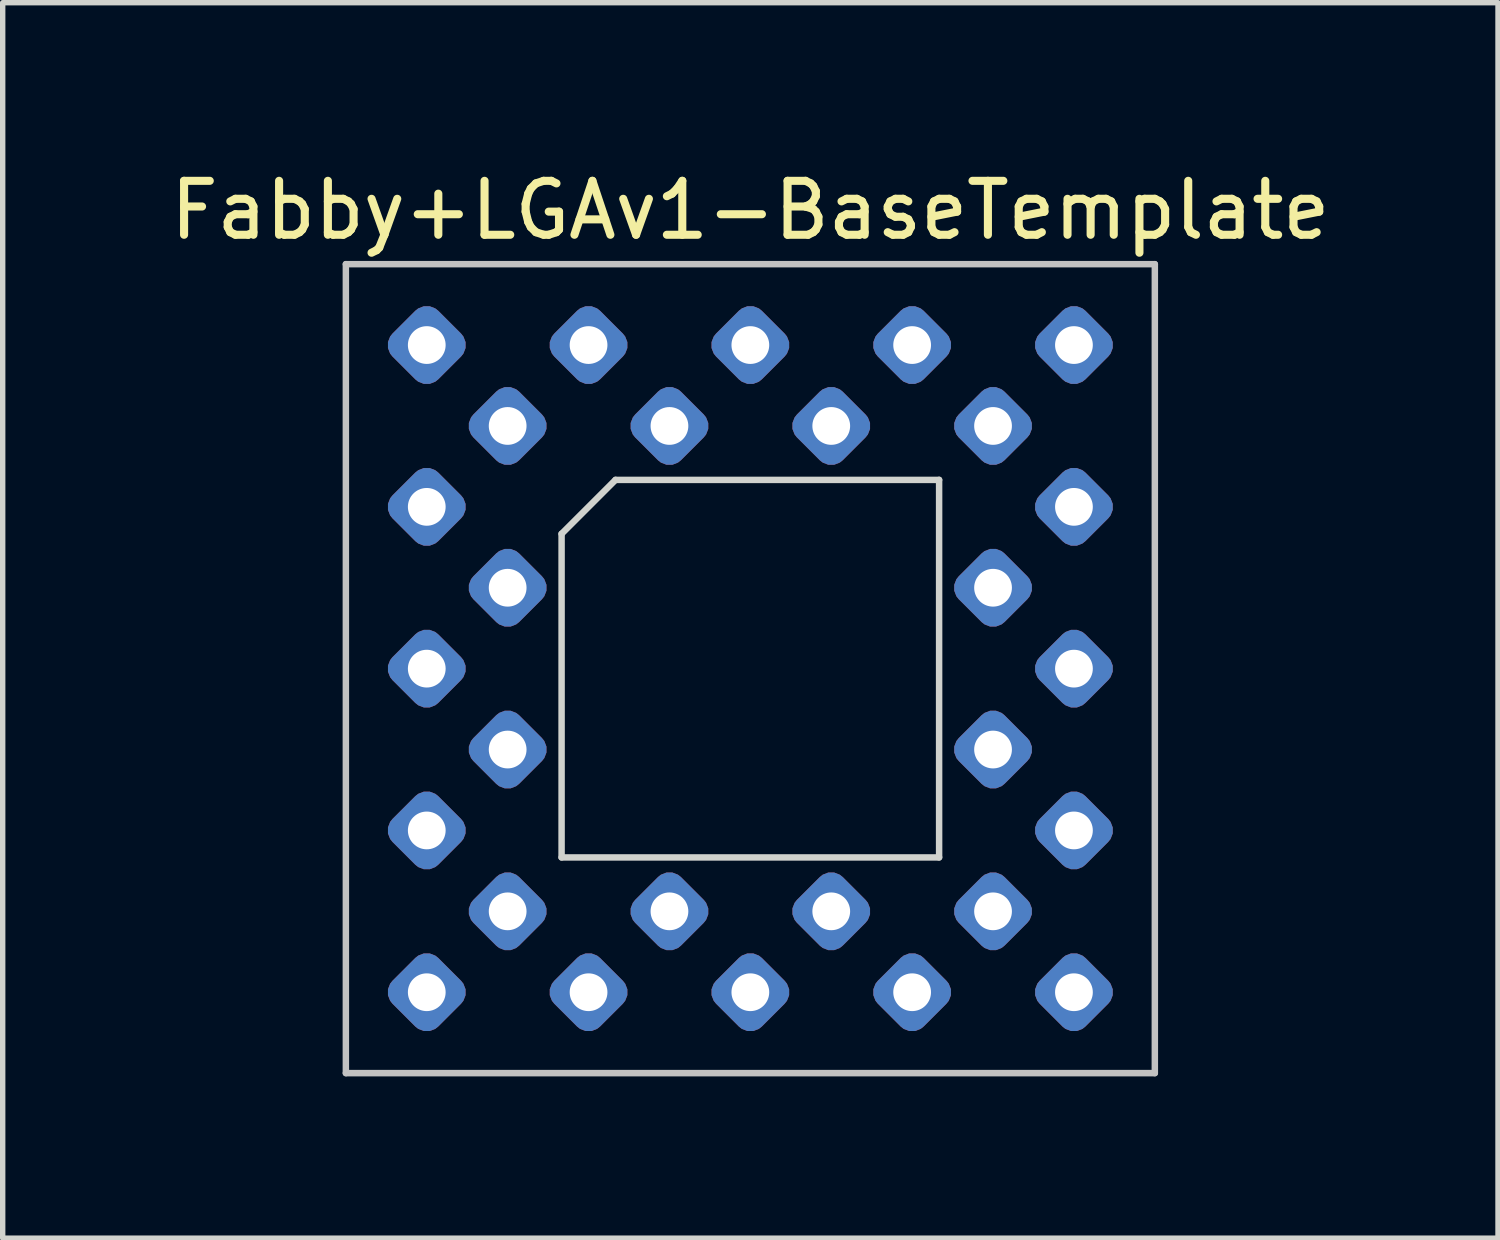
<source format=kicad_pcb>
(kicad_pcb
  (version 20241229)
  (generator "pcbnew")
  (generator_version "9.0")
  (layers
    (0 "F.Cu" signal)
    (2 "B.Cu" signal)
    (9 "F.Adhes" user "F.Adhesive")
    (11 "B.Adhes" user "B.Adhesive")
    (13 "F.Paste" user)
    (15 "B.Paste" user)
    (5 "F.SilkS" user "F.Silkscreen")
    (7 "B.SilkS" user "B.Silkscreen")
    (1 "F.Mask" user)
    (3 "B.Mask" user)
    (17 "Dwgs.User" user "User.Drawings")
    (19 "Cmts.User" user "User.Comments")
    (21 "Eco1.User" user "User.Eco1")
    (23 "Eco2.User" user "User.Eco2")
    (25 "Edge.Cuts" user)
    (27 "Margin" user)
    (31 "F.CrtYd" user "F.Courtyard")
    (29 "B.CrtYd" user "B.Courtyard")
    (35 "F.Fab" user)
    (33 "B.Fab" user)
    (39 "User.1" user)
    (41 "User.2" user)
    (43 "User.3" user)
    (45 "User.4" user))
  (footprint "Fabby+LGAv1-BaseTemplate"
    (layer "F.Cu")
    (at 10.863 9.348)
    (property "Reference" "Fabby+LGAv1-BaseTemplate" (at 0 -8.5 0) (layer "F.SilkS") (effects (font (size 1 1) (thickness 0.15))))
    (attr through_hole)
    (fp_line (start -7.5 -7.5) (end 7.5 -7.5) (stroke (width 0.12) (type solid)) (layer "Dwgs.User"))
    (fp_line (start -7.5 7.5) (end -7.5 -7.5) (stroke (width 0.12) (type solid)) (layer "Dwgs.User"))
    (fp_line (start 7.5 -7.5) (end 7.5 7.5) (stroke (width 0.12) (type solid)) (layer "Dwgs.User"))
    (fp_line (start 7.5 7.5) (end -7.5 7.5) (stroke (width 0.12) (type solid)) (layer "Dwgs.User"))
    (fp_line (start -3.5 -2.5) (end -3.5 3.5) (stroke (width 0.12) (type solid)) (layer "Edge.Cuts"))
    (fp_line (start -3.5 3.5) (end 3.5 3.5) (stroke (width 0.12) (type solid)) (layer "Edge.Cuts"))
    (fp_line (start -2.5 -3.5) (end -3.5 -2.5) (stroke (width 0.12) (type solid)) (layer "Edge.Cuts"))
    (fp_line (start 3.5 -3.5) (end -2.5 -3.5) (stroke (width 0.12) (type solid)) (layer "Edge.Cuts"))
    (fp_line (start 3.5 3.5) (end 3.5 -3.5) (stroke (width 0.12) (type solid)) (layer "Edge.Cuts"))
    (pad "1" thru_hole roundrect (at -6 -6 45) (size 1.2 1.2) (drill 0.7) (layers "*.Cu" "*.Mask") (roundrect_rratio 0.25))
    (pad "2" thru_hole roundrect (at -4.5 -4.5 45) (size 1.2 1.2) (drill 0.7) (layers "*.Cu" "*.Mask") (roundrect_rratio 0.25))
    (pad "3" thru_hole roundrect (at -6 -3 45) (size 1.2 1.2) (drill 0.7) (layers "*.Cu" "*.Mask") (roundrect_rratio 0.25))
    (pad "4" thru_hole roundrect (at -4.5 -1.5 45) (size 1.2 1.2) (drill 0.7) (layers "*.Cu" "*.Mask") (roundrect_rratio 0.25))
    (pad "5" thru_hole roundrect (at -6 0 45) (size 1.2 1.2) (drill 0.7) (layers "*.Cu" "*.Mask") (roundrect_rratio 0.25))
    (pad "6" thru_hole roundrect (at -4.5 1.5 45) (size 1.2 1.2) (drill 0.7) (layers "*.Cu" "*.Mask") (roundrect_rratio 0.25))
    (pad "7" thru_hole roundrect (at -6 3 45) (size 1.2 1.2) (drill 0.7) (layers "*.Cu" "*.Mask") (roundrect_rratio 0.25))
    (pad "8" thru_hole roundrect (at -4.5 4.5 45) (size 1.2 1.2) (drill 0.7) (layers "*.Cu" "*.Mask") (roundrect_rratio 0.25))
    (pad "9" thru_hole roundrect (at -6 6 45) (size 1.2 1.2) (drill 0.7) (layers "*.Cu" "*.Mask") (roundrect_rratio 0.25))
    (pad "10" thru_hole roundrect (at -3 6 45) (size 1.2 1.2) (drill 0.7) (layers "*.Cu" "*.Mask") (roundrect_rratio 0.25))
    (pad "11" thru_hole roundrect (at -1.5 4.5 45) (size 1.2 1.2) (drill 0.7) (layers "*.Cu" "*.Mask") (roundrect_rratio 0.25))
    (pad "12" thru_hole roundrect (at 0 6 45) (size 1.2 1.2) (drill 0.7) (layers "*.Cu" "*.Mask") (roundrect_rratio 0.25))
    (pad "13" thru_hole roundrect (at 1.5 4.5 45) (size 1.2 1.2) (drill 0.7) (layers "*.Cu" "*.Mask") (roundrect_rratio 0.25))
    (pad "14" thru_hole roundrect (at 3 6 45) (size 1.2 1.2) (drill 0.7) (layers "*.Cu" "*.Mask") (roundrect_rratio 0.25))
    (pad "15" thru_hole roundrect (at 4.5 4.5 45) (size 1.2 1.2) (drill 0.7) (layers "*.Cu" "*.Mask") (roundrect_rratio 0.25))
    (pad "16" thru_hole roundrect (at 6 6 45) (size 1.2 1.2) (drill 0.7) (layers "*.Cu" "*.Mask") (roundrect_rratio 0.25))
    (pad "17" thru_hole roundrect (at 6 3 45) (size 1.2 1.2) (drill 0.7) (layers "*.Cu" "*.Mask") (roundrect_rratio 0.25))
    (pad "18" thru_hole roundrect (at 4.5 1.5 45) (size 1.2 1.2) (drill 0.7) (layers "*.Cu" "*.Mask") (roundrect_rratio 0.25))
    (pad "19" thru_hole roundrect (at 6 0 45) (size 1.2 1.2) (drill 0.7) (layers "*.Cu" "*.Mask") (roundrect_rratio 0.25))
    (pad "20" thru_hole roundrect (at 4.5 -1.5 45) (size 1.2 1.2) (drill 0.7) (layers "*.Cu" "*.Mask") (roundrect_rratio 0.25))
    (pad "21" thru_hole roundrect (at 6 -3 45) (size 1.2 1.2) (drill 0.7) (layers "*.Cu" "*.Mask") (roundrect_rratio 0.25))
    (pad "22" thru_hole roundrect (at 4.5 -4.5 45) (size 1.2 1.2) (drill 0.7) (layers "*.Cu" "*.Mask") (roundrect_rratio 0.25))
    (pad "23" thru_hole roundrect (at 6 -6 45) (size 1.2 1.2) (drill 0.7) (layers "*.Cu" "*.Mask") (roundrect_rratio 0.25))
    (pad "24" thru_hole roundrect (at 3 -6 45) (size 1.2 1.2) (drill 0.7) (layers "*.Cu" "*.Mask") (roundrect_rratio 0.25))
    (pad "25" thru_hole roundrect (at 1.5 -4.5 45) (size 1.2 1.2) (drill 0.7) (layers "*.Cu" "*.Mask") (roundrect_rratio 0.25))
    (pad "26" thru_hole roundrect (at 0 -6 45) (size 1.2 1.2) (drill 0.7) (layers "*.Cu" "*.Mask") (roundrect_rratio 0.25))
    (pad "27" thru_hole roundrect (at -1.5 -4.5 45) (size 1.2 1.2) (drill 0.7) (layers "*.Cu" "*.Mask") (roundrect_rratio 0.25))
    (pad "28" thru_hole roundrect (at -3 -6 45) (size 1.2 1.2) (drill 0.7) (layers "*.Cu" "*.Mask") (roundrect_rratio 0.25)))
  (gr_rect
    (start -3 -3)
    (end 24.726 19.908)
    (stroke (width 0.1) (type default))
    (fill no)
    (layer "Edge.Cuts")))
</source>
